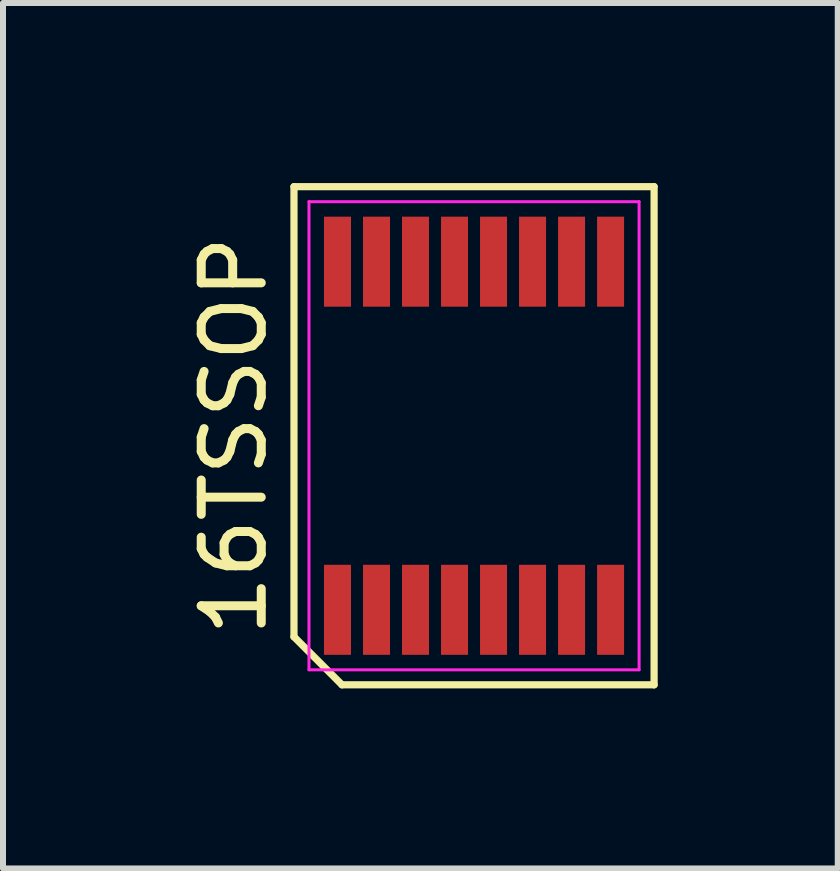
<source format=kicad_pcb>
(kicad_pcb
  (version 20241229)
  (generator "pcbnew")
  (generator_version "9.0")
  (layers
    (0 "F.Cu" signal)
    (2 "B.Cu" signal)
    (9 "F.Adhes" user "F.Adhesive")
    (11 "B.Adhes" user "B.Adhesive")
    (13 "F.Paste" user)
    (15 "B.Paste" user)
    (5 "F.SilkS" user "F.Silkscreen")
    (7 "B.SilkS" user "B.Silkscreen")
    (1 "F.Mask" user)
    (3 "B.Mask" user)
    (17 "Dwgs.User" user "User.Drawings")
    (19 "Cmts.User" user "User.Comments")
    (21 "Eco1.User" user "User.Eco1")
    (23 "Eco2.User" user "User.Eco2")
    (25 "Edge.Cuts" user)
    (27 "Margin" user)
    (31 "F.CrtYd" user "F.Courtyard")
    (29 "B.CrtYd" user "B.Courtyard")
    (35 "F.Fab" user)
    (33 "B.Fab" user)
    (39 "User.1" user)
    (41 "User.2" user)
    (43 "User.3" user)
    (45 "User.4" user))
  (footprint "16TSSOP"
    (layer "F.Cu")
    (at 4.848 4.21)
    (property "Reference" "16TSSOP" (at -4 0 90) (layer "F.SilkS") (effects (font (size 1 1) (thickness 0.15))))
    (attr smd)
    (fp_line (start -3 -4.15) (end 3 -4.15) (stroke (width 0.12) (type solid)) (layer "F.SilkS"))
    (fp_line (start -3 3.35) (end -3 -4.15) (stroke (width 0.12) (type solid)) (layer "F.SilkS"))
    (fp_line (start -2.2 4.15) (end -3 3.35) (stroke (width 0.12) (type solid)) (layer "F.SilkS"))
    (fp_line (start 3 -4.15) (end 3 4.15) (stroke (width 0.12) (type solid)) (layer "F.SilkS"))
    (fp_line (start 3 4.15) (end -2.2 4.15) (stroke (width 0.12) (type solid)) (layer "F.SilkS"))
    (fp_line (start -2.75 -3.9) (end 2.75 -3.9) (stroke (width 0.05) (type solid)) (layer "F.CrtYd"))
    (fp_line (start -2.75 3.9) (end -2.75 -3.9) (stroke (width 0.05) (type solid)) (layer "F.CrtYd"))
    (fp_line (start 2.75 -3.9) (end 2.75 3.9) (stroke (width 0.05) (type solid)) (layer "F.CrtYd"))
    (fp_line (start 2.75 3.9) (end -2.75 3.9) (stroke (width 0.05) (type solid)) (layer "F.CrtYd"))
    (pad "1" smd rect (at -2.275 2.9) (size 0.45 1.5) (layers "F.Cu" "F.Mask" "F.Paste"))
    (pad "2" smd rect (at -1.625 2.9) (size 0.45 1.5) (layers "F.Cu" "F.Mask" "F.Paste"))
    (pad "3" smd rect (at -0.975 2.9) (size 0.45 1.5) (layers "F.Cu" "F.Mask" "F.Paste"))
    (pad "4" smd rect (at -0.325 2.9) (size 0.45 1.5) (layers "F.Cu" "F.Mask" "F.Paste"))
    (pad "5" smd rect (at 0.325 2.9) (size 0.45 1.5) (layers "F.Cu" "F.Mask" "F.Paste"))
    (pad "6" smd rect (at 0.975 2.9) (size 0.45 1.5) (layers "F.Cu" "F.Mask" "F.Paste"))
    (pad "7" smd rect (at 1.625 2.9) (size 0.45 1.5) (layers "F.Cu" "F.Mask" "F.Paste"))
    (pad "8" smd rect (at 2.275 2.9) (size 0.45 1.5) (layers "F.Cu" "F.Mask" "F.Paste"))
    (pad "9" smd rect (at 2.275 -2.9) (size 0.45 1.5) (layers "F.Cu" "F.Mask" "F.Paste"))
    (pad "10" smd rect (at 1.625 -2.9) (size 0.45 1.5) (layers "F.Cu" "F.Mask" "F.Paste"))
    (pad "11" smd rect (at 0.975 -2.9) (size 0.45 1.5) (layers "F.Cu" "F.Mask" "F.Paste"))
    (pad "12" smd rect (at 0.325 -2.9) (size 0.45 1.5) (layers "F.Cu" "F.Mask" "F.Paste"))
    (pad "13" smd rect (at -0.325 -2.9) (size 0.45 1.5) (layers "F.Cu" "F.Mask" "F.Paste"))
    (pad "14" smd rect (at -0.975 -2.9) (size 0.45 1.5) (layers "F.Cu" "F.Mask" "F.Paste"))
    (pad "15" smd rect (at -1.625 -2.9) (size 0.45 1.5) (layers "F.Cu" "F.Mask" "F.Paste"))
    (pad "16" smd rect (at -2.275 -2.9) (size 0.45 1.5) (layers "F.Cu" "F.Mask" "F.Paste")))
  (gr_rect
    (start -3 -3)
    (end 10.908 11.42)
    (stroke (width 0.1) (type default))
    (fill no)
    (layer "Edge.Cuts")))
</source>
